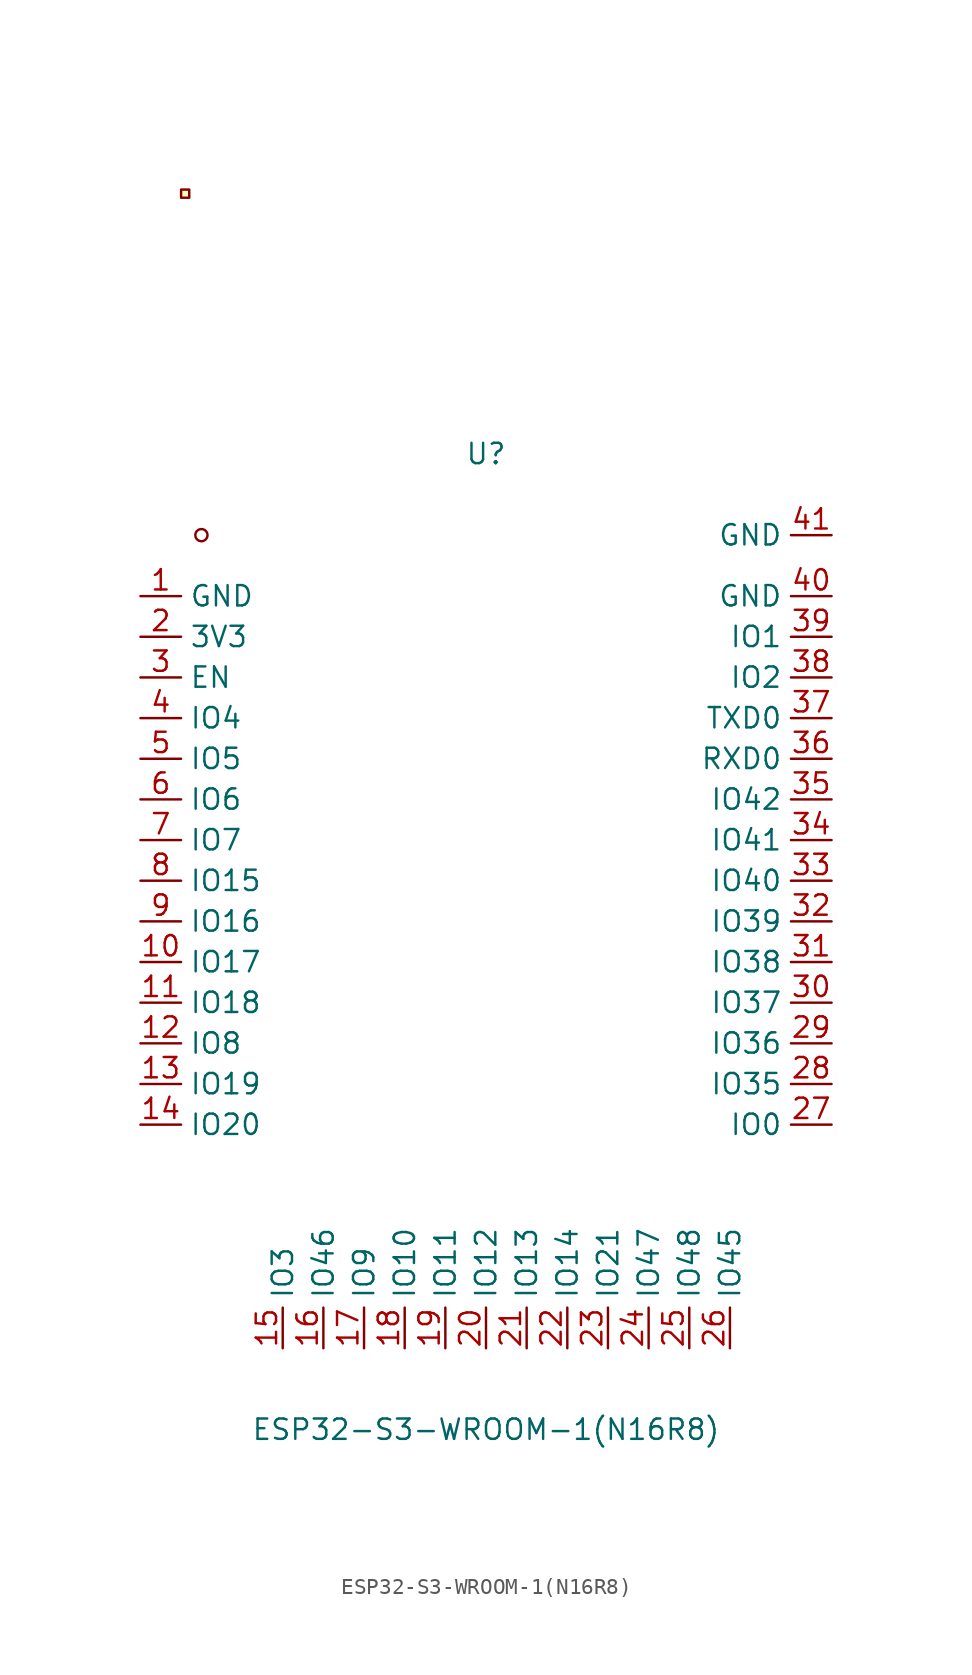
<source format=kicad_sym>
(kicad_symbol_lib
  (version 20241209)
  (generator "kicad_symbol_editor")
  (generator_version "9.0")
  (symbol "ESP32-S3-WROOM-1(N16R8)"
    (property "Reference" "U"
      (at 0 20.32 0)
      (effects (font (size 1.27 1.27))))
    (property "Value" "ESP32-S3-WROOM-1(N16R8)"
      (at 0 -40.64 0)
      (effects (font (size 1.27 1.27))))
    (symbol "ESP32-S3-WROOM-1(N16R8)_0_1"
      (rectangle (start -19.05 36.83) (end -18.54 36.32) (stroke (width 0) (type default)) (fill (type background)))
      (circle (center -17.78 15.24) (radius 0.38) (stroke (width 0) (type default)) (fill (type none)))
      (pin unspecified line (at -21.59 11.43 0) (length 2.54) (name "GND" (effects (font (size 1.27 1.27)))) (number "1" (effects (font (size 1.27 1.27)))))
      (pin unspecified line (at -21.59 8.89 0) (length 2.54) (name "3V3" (effects (font (size 1.27 1.27)))) (number "2" (effects (font (size 1.27 1.27)))))
      (pin unspecified line (at -21.59 6.35 0) (length 2.54) (name "EN" (effects (font (size 1.27 1.27)))) (number "3" (effects (font (size 1.27 1.27)))))
      (pin unspecified line (at -21.59 3.81 0) (length 2.54) (name "IO4" (effects (font (size 1.27 1.27)))) (number "4" (effects (font (size 1.27 1.27)))))
      (pin unspecified line (at -21.59 1.27 0) (length 2.54) (name "IO5" (effects (font (size 1.27 1.27)))) (number "5" (effects (font (size 1.27 1.27)))))
      (pin unspecified line (at -21.59 -1.27 0) (length 2.54) (name "IO6" (effects (font (size 1.27 1.27)))) (number "6" (effects (font (size 1.27 1.27)))))
      (pin unspecified line (at -21.59 -3.81 0) (length 2.54) (name "IO7" (effects (font (size 1.27 1.27)))) (number "7" (effects (font (size 1.27 1.27)))))
      (pin unspecified line (at -21.59 -6.35 0) (length 2.54) (name "IO15" (effects (font (size 1.27 1.27)))) (number "8" (effects (font (size 1.27 1.27)))))
      (pin unspecified line (at -21.59 -8.89 0) (length 2.54) (name "IO16" (effects (font (size 1.27 1.27)))) (number "9" (effects (font (size 1.27 1.27)))))
      (pin unspecified line (at -21.59 -11.43 0) (length 2.54) (name "IO17" (effects (font (size 1.27 1.27)))) (number "10" (effects (font (size 1.27 1.27)))))
      (pin unspecified line (at -21.59 -13.97 0) (length 2.54) (name "IO18" (effects (font (size 1.27 1.27)))) (number "11" (effects (font (size 1.27 1.27)))))
      (pin unspecified line (at -21.59 -16.51 0) (length 2.54) (name "IO8" (effects (font (size 1.27 1.27)))) (number "12" (effects (font (size 1.27 1.27)))))
      (pin unspecified line (at -21.59 -19.05 0) (length 2.54) (name "IO19" (effects (font (size 1.27 1.27)))) (number "13" (effects (font (size 1.27 1.27)))))
      (pin unspecified line (at -21.59 -21.59 0) (length 2.54) (name "IO20" (effects (font (size 1.27 1.27)))) (number "14" (effects (font (size 1.27 1.27)))))
      (pin unspecified line (at -12.7 -35.56 90) (length 2.54) (name "IO3" (effects (font (size 1.27 1.27)))) (number "15" (effects (font (size 1.27 1.27)))))
      (pin unspecified line (at -10.16 -35.56 90) (length 2.54) (name "IO46" (effects (font (size 1.27 1.27)))) (number "16" (effects (font (size 1.27 1.27)))))
      (pin unspecified line (at -7.62 -35.56 90) (length 2.54) (name "IO9" (effects (font (size 1.27 1.27)))) (number "17" (effects (font (size 1.27 1.27)))))
      (pin unspecified line (at -5.08 -35.56 90) (length 2.54) (name "IO10" (effects (font (size 1.27 1.27)))) (number "18" (effects (font (size 1.27 1.27)))))
      (pin unspecified line (at -2.54 -35.56 90) (length 2.54) (name "IO11" (effects (font (size 1.27 1.27)))) (number "19" (effects (font (size 1.27 1.27)))))
      (pin unspecified line (at 0 -35.56 90) (length 2.54) (name "IO12" (effects (font (size 1.27 1.27)))) (number "20" (effects (font (size 1.27 1.27)))))
      (pin unspecified line (at 2.54 -35.56 90) (length 2.54) (name "IO13" (effects (font (size 1.27 1.27)))) (number "21" (effects (font (size 1.27 1.27)))))
      (pin unspecified line (at 5.08 -35.56 90) (length 2.54) (name "IO14" (effects (font (size 1.27 1.27)))) (number "22" (effects (font (size 1.27 1.27)))))
      (pin unspecified line (at 7.62 -35.56 90) (length 2.54) (name "IO21" (effects (font (size 1.27 1.27)))) (number "23" (effects (font (size 1.27 1.27)))))
      (pin unspecified line (at 10.16 -35.56 90) (length 2.54) (name "IO47" (effects (font (size 1.27 1.27)))) (number "24" (effects (font (size 1.27 1.27)))))
      (pin unspecified line (at 12.7 -35.56 90) (length 2.54) (name "IO48" (effects (font (size 1.27 1.27)))) (number "25" (effects (font (size 1.27 1.27)))))
      (pin unspecified line (at 15.24 -35.56 90) (length 2.54) (name "IO45" (effects (font (size 1.27 1.27)))) (number "26" (effects (font (size 1.27 1.27)))))
      (pin unspecified line (at 21.59 15.24 180) (length 2.54) (name "GND" (effects (font (size 1.27 1.27)))) (number "41" (effects (font (size 1.27 1.27)))))
      (pin unspecified line (at 21.59 11.43 180) (length 2.54) (name "GND" (effects (font (size 1.27 1.27)))) (number "40" (effects (font (size 1.27 1.27)))))
      (pin unspecified line (at 21.59 8.89 180) (length 2.54) (name "IO1" (effects (font (size 1.27 1.27)))) (number "39" (effects (font (size 1.27 1.27)))))
      (pin unspecified line (at 21.59 6.35 180) (length 2.54) (name "IO2" (effects (font (size 1.27 1.27)))) (number "38" (effects (font (size 1.27 1.27)))))
      (pin unspecified line (at 21.59 3.81 180) (length 2.54) (name "TXD0" (effects (font (size 1.27 1.27)))) (number "37" (effects (font (size 1.27 1.27)))))
      (pin unspecified line (at 21.59 1.27 180) (length 2.54) (name "RXD0" (effects (font (size 1.27 1.27)))) (number "36" (effects (font (size 1.27 1.27)))))
      (pin unspecified line (at 21.59 -1.27 180) (length 2.54) (name "IO42" (effects (font (size 1.27 1.27)))) (number "35" (effects (font (size 1.27 1.27)))))
      (pin unspecified line (at 21.59 -3.81 180) (length 2.54) (name "IO41" (effects (font (size 1.27 1.27)))) (number "34" (effects (font (size 1.27 1.27)))))
      (pin unspecified line (at 21.59 -6.35 180) (length 2.54) (name "IO40" (effects (font (size 1.27 1.27)))) (number "33" (effects (font (size 1.27 1.27)))))
      (pin unspecified line (at 21.59 -8.89 180) (length 2.54) (name "IO39" (effects (font (size 1.27 1.27)))) (number "32" (effects (font (size 1.27 1.27)))))
      (pin unspecified line (at 21.59 -11.43 180) (length 2.54) (name "IO38" (effects (font (size 1.27 1.27)))) (number "31" (effects (font (size 1.27 1.27)))))
      (pin unspecified line (at 21.59 -13.97 180) (length 2.54) (name "IO37" (effects (font (size 1.27 1.27)))) (number "30" (effects (font (size 1.27 1.27)))))
      (pin unspecified line (at 21.59 -16.51 180) (length 2.54) (name "IO36" (effects (font (size 1.27 1.27)))) (number "29" (effects (font (size 1.27 1.27)))))
      (pin unspecified line (at 21.59 -19.05 180) (length 2.54) (name "IO35" (effects (font (size 1.27 1.27)))) (number "28" (effects (font (size 1.27 1.27)))))
      (pin unspecified line (at 21.59 -21.59 180) (length 2.54) (name "IO0" (effects (font (size 1.27 1.27)))) (number "27" (effects (font (size 1.27 1.27))))))))
</source>
